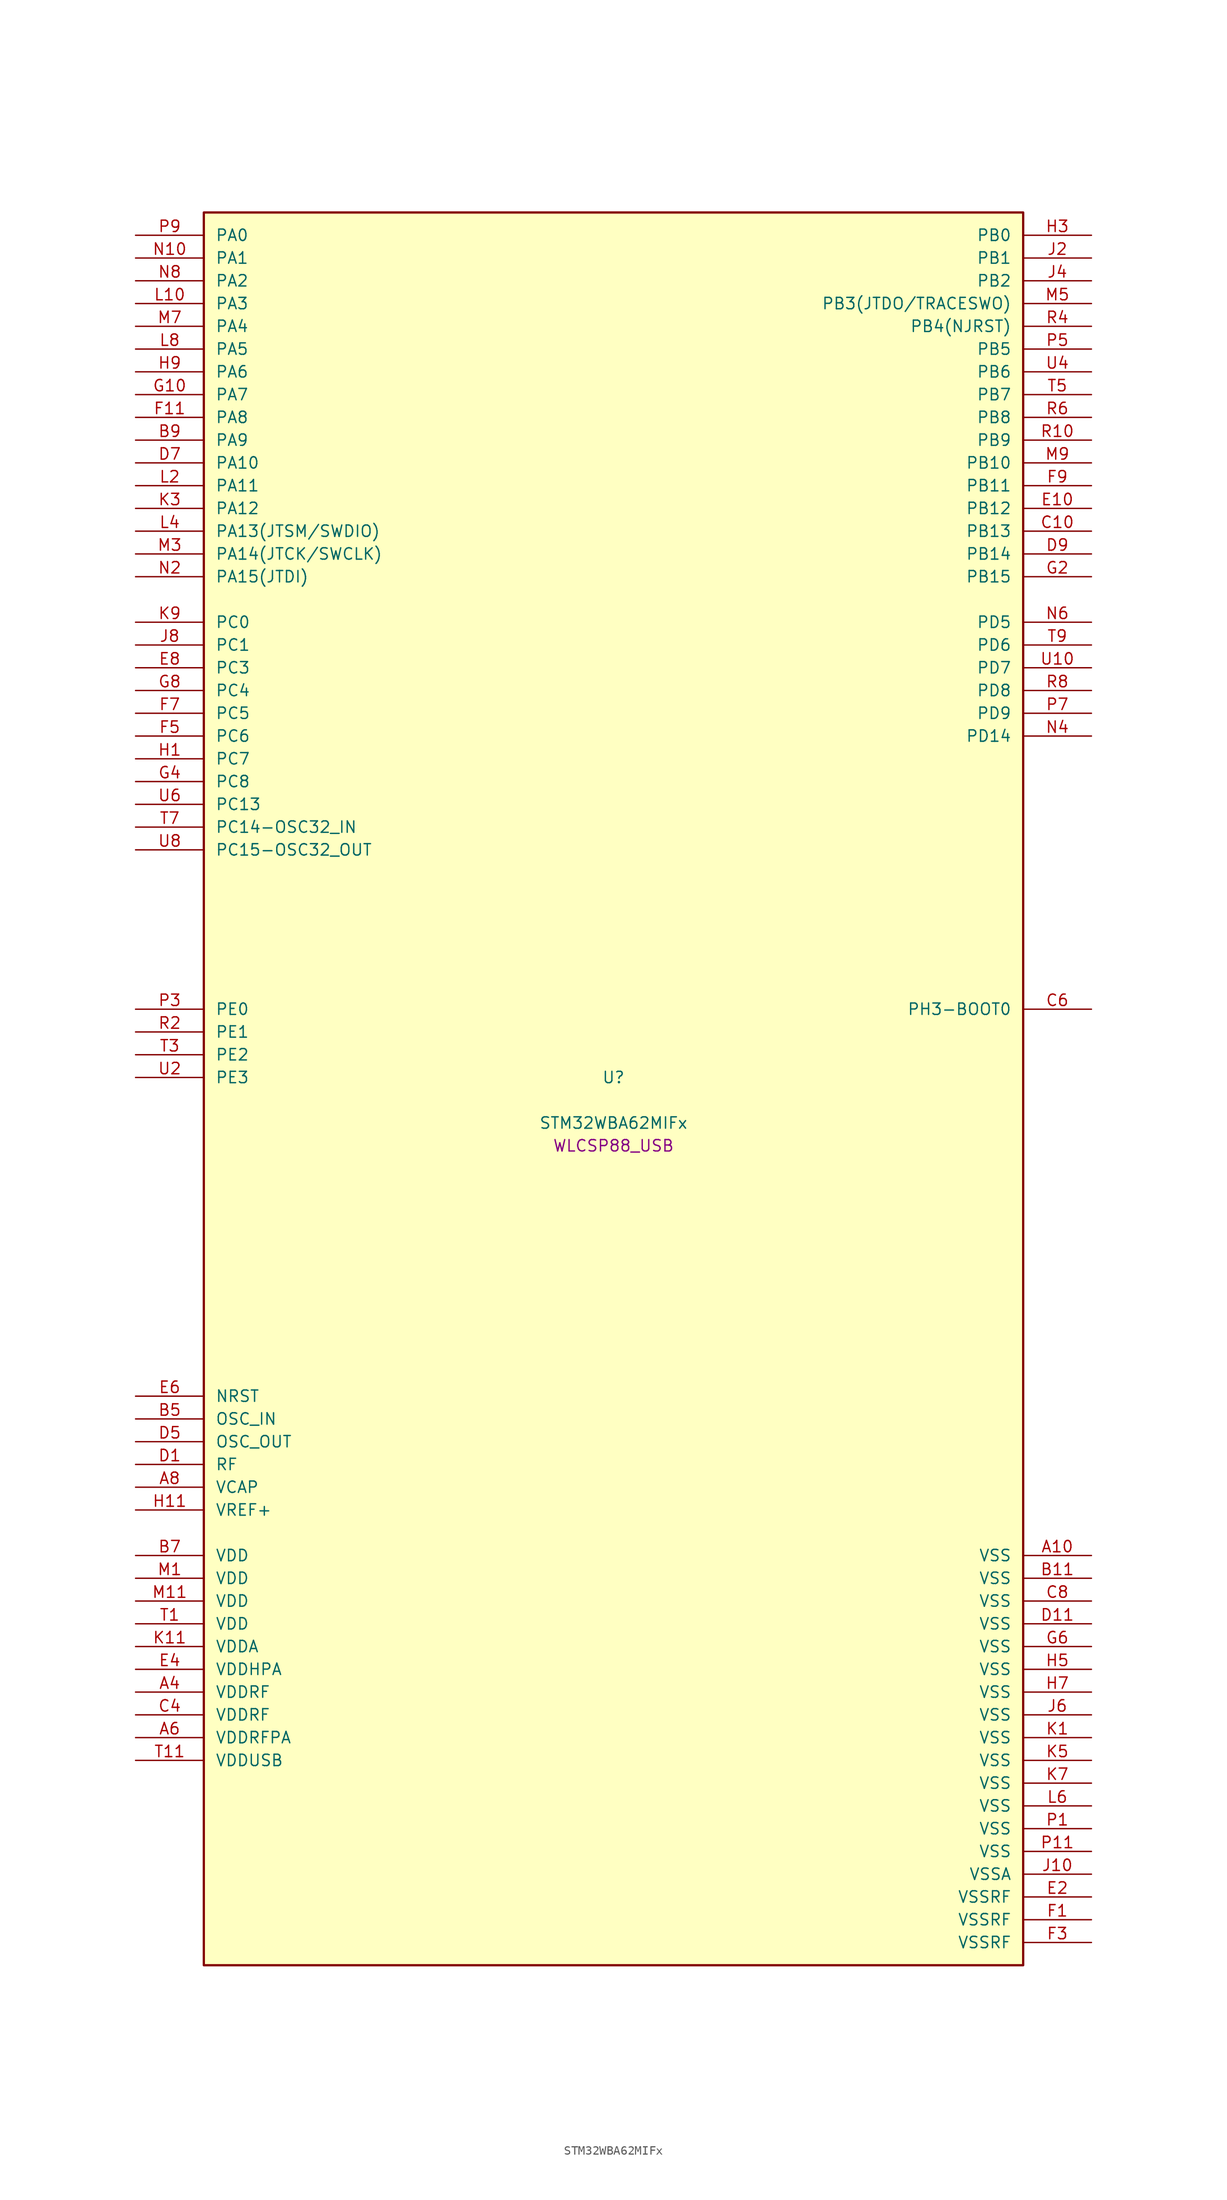
<source format=kicad_sym>
(kicad_symbol_lib
  (version 20241209)
  (generator "stm32_pkl_generator")
  (generator_version "1.0")
  (symbol "STM32WBA62MIFx"
    (pin_names
      (offset 1.27))
    (property "Reference" "U"
      (at 0 2.54 0))
    (property "Value" "STM32WBA62MIFx"
      (at 0 -2.54 0))
    (property "Footprint" "WLCSP88_USB"
      (at 0 -5.08 0))
    (symbol "STM32WBA62MIFx_1_1"
      (rectangle (start -45.72 99.06) (end 45.72 -96.52) (stroke (width 0.254) (type solid)) (fill (type background)))
      (pin bidirectional line (at -53.34 96.52 0) (length 7.62) (name "PA0") (number "P9") (alternate "PA0/ADC4_IN9" bidirectional line) (alternate "PA0/COMP2_INP" bidirectional line) (alternate "PA0/LPTIM1_IN1" bidirectional line) (alternate "PA0/LPUART1_CTS" bidirectional line) (alternate "PA0/PWR_WKUP1" bidirectional line) (alternate "PA0/SPI3_SCK" bidirectional line) (alternate "PA0/TIM1_CH2N" bidirectional line) (alternate "PA0/TIM3_CH3" bidirectional line) (alternate "PA0/TIM3_ETR" bidirectional line) (alternate "PA0/TSC_G2_IO2" bidirectional line))
      (pin bidirectional line (at -53.34 93.98 0) (length 7.62) (name "PA1") (number "N10") (alternate "PA1/ADC4_IN8" bidirectional line) (alternate "PA1/COMP1_INM" bidirectional line) (alternate "PA1/LPTIM2_CH2" bidirectional line) (alternate "PA1/LPUART1_RX" bidirectional line) (alternate "PA1/PWR_WKUP3" bidirectional line) (alternate "PA1/SAI1_CK1" bidirectional line) (alternate "PA1/SPI1_RDY" bidirectional line) (alternate "PA1/SPI3_MISO" bidirectional line) (alternate "PA1/TIM17_CH1" bidirectional line) (alternate "PA1/TIM1_CH1N" bidirectional line) (alternate "PA1/TIM3_CH2" bidirectional line) (alternate "PA1/TSC_G2_IO1" bidirectional line) (alternate "PA1/USART1_CK" bidirectional line))
      (pin bidirectional line (at -53.34 91.44 0) (length 7.62) (name "PA2") (number "N8") (alternate "PA2/ADC4_IN7" bidirectional line) (alternate "PA2/COMP1_INP" bidirectional line) (alternate "PA2/LPUART1_TX" bidirectional line) (alternate "PA2/PWR_WKUP4" bidirectional line) (alternate "PA2/RCC_LSCO" bidirectional line) (alternate "PA2/SAI1_D1" bidirectional line) (alternate "PA2/TIM16_CH1" bidirectional line) (alternate "PA2/TIM1_BKIN" bidirectional line) (alternate "PA2/TIM3_CH1" bidirectional line) (alternate "PA2/TSC_G4_IO4" bidirectional line) (alternate "PA2/USART1_DE" bidirectional line) (alternate "PA2/USART1_RTS" bidirectional line))
      (pin bidirectional line (at -53.34 88.9 0) (length 7.62) (name "PA3") (number "L10") (alternate "PA3/ADC4_IN6" bidirectional line) (alternate "PA3/PWR_WKUP5" bidirectional line) (alternate "PA3/TIM16_CH1N" bidirectional line) (alternate "PA3/TSC_G4_IO2" bidirectional line) (alternate "PA3/USART1_DE" bidirectional line) (alternate "PA3/USART1_RTS" bidirectional line))
      (pin bidirectional line (at -53.34 86.36 0) (length 7.62) (name "PA4") (number "M7") (alternate "PA4/ADC4_IN5" bidirectional line) (alternate "PA4/AUDIOCLK" bidirectional line) (alternate "PA4/PWR_WKUP2" bidirectional line) (alternate "PA4/TAMP_IN6" bidirectional line) (alternate "PA4/TAMP_OUT3" bidirectional line) (alternate "PA4/TIM16_CH1" bidirectional line) (alternate "PA4/TSC_G4_IO1" bidirectional line) (alternate "PA4/USART1_CTS" bidirectional line))
      (pin bidirectional line (at -53.34 83.82 0) (length 7.62) (name "PA5") (number "L8") (alternate "PA5/ADC4_IN4" bidirectional line) (alternate "PA5/AUDIOCLK" bidirectional line) (alternate "PA5/LPTIM2_ETR" bidirectional line) (alternate "PA5/PWR_CSLEEP" bidirectional line) (alternate "PA5/PWR_WKUP6" bidirectional line) (alternate "PA5/SAI1_D2" bidirectional line) (alternate "PA5/SPI3_NSS" bidirectional line) (alternate "PA5/TIM2_CH1" bidirectional line) (alternate "PA5/TIM2_ETR" bidirectional line) (alternate "PA5/TSC_G1_IO4" bidirectional line) (alternate "PA5/USART1_CK" bidirectional line) (alternate "PA5/USART3_RX" bidirectional line))
      (pin bidirectional line (at -53.34 81.28 0) (length 7.62) (name "PA6") (number "H9") (alternate "PA6/ADC4_IN3" bidirectional line) (alternate "PA6/I2C3_SCL" bidirectional line) (alternate "PA6/PWR_CSTOP" bidirectional line) (alternate "PA6/PWR_WKUP7" bidirectional line) (alternate "PA6/SAI1_CK2" bidirectional line) (alternate "PA6/SAI1_MCLK_A" bidirectional line) (alternate "PA6/SPI3_RDY" bidirectional line) (alternate "PA6/TIM2_CH4" bidirectional line) (alternate "PA6/TSC_G1_IO3" bidirectional line) (alternate "PA6/USART1_DE" bidirectional line) (alternate "PA6/USART1_RTS" bidirectional line) (alternate "PA6/USART3_CTS" bidirectional line))
      (pin bidirectional line (at -53.34 78.74 0) (length 7.62) (name "PA7") (number "G10") (alternate "PA7/ADC4_IN2" bidirectional line) (alternate "PA7/COMP1_OUT" bidirectional line) (alternate "PA7/I2C3_SDA" bidirectional line) (alternate "PA7/PWR_WKUP8" bidirectional line) (alternate "PA7/SAI1_SCK_A" bidirectional line) (alternate "PA7/SPI3_SCK" bidirectional line) (alternate "PA7/TAMP_IN1" bidirectional line) (alternate "PA7/TAMP_OUT2" bidirectional line) (alternate "PA7/TIM2_CH3" bidirectional line) (alternate "PA7/TSC_G1_IO2" bidirectional line) (alternate "PA7/USART1_CTS" bidirectional line) (alternate "PA7/USART3_TX" bidirectional line))
      (pin bidirectional line (at -53.34 76.2 0) (length 7.62) (name "PA8") (number "F11") (alternate "PA8/ADC4_IN1" bidirectional line) (alternate "PA8/LPTIM1_CH2" bidirectional line) (alternate "PA8/RCC_MCO" bidirectional line) (alternate "PA8/SAI1_FS_A" bidirectional line) (alternate "PA8/SPI3_RDY" bidirectional line) (alternate "PA8/TIM2_CH2" bidirectional line) (alternate "PA8/TSC_G1_IO1" bidirectional line) (alternate "PA8/USART1_RX" bidirectional line) (alternate "PA8/USB_OTG_HS_SOF" bidirectional line))
      (pin bidirectional line (at -53.34 73.66 0) (length 7.62) (name "PA9") (number "B9") (alternate "PA9/LPUART1_DE" bidirectional line) (alternate "PA9/LPUART1_RTS" bidirectional line) (alternate "PA9/SAI1_CK1" bidirectional line) (alternate "PA9/SPI2_MISO" bidirectional line) (alternate "PA9/SPI2_SCK" bidirectional line) (alternate "PA9/TIM3_CH2" bidirectional line))
      (pin bidirectional line (at -53.34 71.12 0) (length 7.62) (name "PA10") (number "D7") (alternate "PA10/LPUART1_RX" bidirectional line) (alternate "PA10/SAI1_D1" bidirectional line) (alternate "PA10/SPI2_NSS" bidirectional line) (alternate "PA10/TIM3_CH1" bidirectional line))
      (pin bidirectional line (at -53.34 68.58 0) (length 7.62) (name "PA11") (number "L2") (alternate "PA11/LPTIM2_CH1" bidirectional line) (alternate "PA11/RF_ANTSW1" bidirectional line) (alternate "PA11/TIM1_CH1" bidirectional line) (alternate "PA11/USART2_RX" bidirectional line))
      (pin bidirectional line (at -53.34 66.04 0) (length 7.62) (name "PA12") (number "K3") (alternate "PA12/COMP2_OUT" bidirectional line) (alternate "PA12/PTA_STATUS" bidirectional line) (alternate "PA12/PWR_WKUP6" bidirectional line) (alternate "PA12/RF_ANTSW0" bidirectional line) (alternate "PA12/SPI1_NSS" bidirectional line) (alternate "PA12/TIM1_CH2" bidirectional line) (alternate "PA12/TSC_G3_IO4" bidirectional line) (alternate "PA12/USART2_TX" bidirectional line))
      (pin bidirectional line (at -53.34 63.5 0) (length 7.62) (name "PA13(JTSM/SWDIO)") (number "L4") (alternate "PA13(JTSM/SWDIO)/DEBUG_JTMS-SWDIO" bidirectional line) (alternate "PA13(JTSM/SWDIO)/IR_OUT" bidirectional line) (alternate "PA13(JTSM/SWDIO)/PTA_PRIORITY" bidirectional line))
      (pin bidirectional line (at -53.34 60.96 0) (length 7.62) (name "PA14(JTCK/SWCLK)") (number "M3") (alternate "PA14(JTCK/SWCLK)/COMP2_OUT" bidirectional line) (alternate "PA14(JTCK/SWCLK)/DEBUG_JTCK-SWCLK" bidirectional line) (alternate "PA14(JTCK/SWCLK)/I2C4_SMBA" bidirectional line) (alternate "PA14(JTCK/SWCLK)/PTA_STATUS" bidirectional line) (alternate "PA14(JTCK/SWCLK)/TAMP_IN3" bidirectional line) (alternate "PA14(JTCK/SWCLK)/TAMP_OUT6" bidirectional line) (alternate "PA14(JTCK/SWCLK)/USART2_TX" bidirectional line) (alternate "PA14(JTCK/SWCLK)/USB_OTG_HS_SOF" bidirectional line))
      (pin bidirectional line (at -53.34 58.42 0) (length 7.62) (name "PA15(JTDI)") (number "N2") (alternate "PA15(JTDI)/ADC4_EXTI15" bidirectional line) (alternate "PA15(JTDI)/DEBUG_JTDI" bidirectional line) (alternate "PA15(JTDI)/I2C1_SCL" bidirectional line) (alternate "PA15(JTDI)/LPTIM1_CH2" bidirectional line) (alternate "PA15(JTDI)/PTA_STATUS" bidirectional line) (alternate "PA15(JTDI)/SPI1_MOSI" bidirectional line) (alternate "PA15(JTDI)/TIM17_BKIN" bidirectional line) (alternate "PA15(JTDI)/TIM1_ETR" bidirectional line) (alternate "PA15(JTDI)/TSC_G3_IO3" bidirectional line) (alternate "PA15(JTDI)/USART2_DE" bidirectional line) (alternate "PA15(JTDI)/USART2_RTS" bidirectional line) (alternate "PA15(JTDI)/USART3_DE" bidirectional line) (alternate "PA15(JTDI)/USART3_RTS" bidirectional line))
      (pin bidirectional line (at 53.34 96.52 180) (length 7.62) (name "PB0") (number "H3") (alternate "PB0/LPTIM2_IN2" bidirectional line) (alternate "PB0/SPI2_MOSI" bidirectional line) (alternate "PB0/TIM1_CH3N" bidirectional line) (alternate "PB0/USART2_TX" bidirectional line) (alternate "PB0/USART3_CK" bidirectional line))
      (pin bidirectional line (at 53.34 93.98 180) (length 7.62) (name "PB1") (number "J2") (alternate "PB1/I2C1_SDA" bidirectional line) (alternate "PB1/I2C3_SDA" bidirectional line) (alternate "PB1/PWR_WKUP4" bidirectional line) (alternate "PB1/TIM1_CH2N" bidirectional line) (alternate "PB1/USART2_DE" bidirectional line) (alternate "PB1/USART2_RTS" bidirectional line) (alternate "PB1/USART3_DE" bidirectional line) (alternate "PB1/USART3_RTS" bidirectional line))
      (pin bidirectional line (at 53.34 91.44 180) (length 7.62) (name "PB2") (number "J4") (alternate "PB2/I2C1_SCL" bidirectional line) (alternate "PB2/I2C3_SCL" bidirectional line) (alternate "PB2/PWR_WKUP1" bidirectional line) (alternate "PB2/RF_ANTSW2" bidirectional line) (alternate "PB2/RTC_OUT2" bidirectional line) (alternate "PB2/TIM1_CH1N" bidirectional line) (alternate "PB2/USART2_CTS" bidirectional line))
      (pin bidirectional line (at 53.34 88.9 180) (length 7.62) (name "PB3(JTDO/TRACESWO)") (number "M5") (alternate "PB3(JTDO/TRACESWO)/DEBUG_JTDO-SWO" bidirectional line) (alternate "PB3(JTDO/TRACESWO)/I2C1_SDA" bidirectional line) (alternate "PB3(JTDO/TRACESWO)/LPTIM1_IN2" bidirectional line) (alternate "PB3(JTDO/TRACESWO)/PTA_ACTIVE" bidirectional line) (alternate "PB3(JTDO/TRACESWO)/SPI1_MISO" bidirectional line) (alternate "PB3(JTDO/TRACESWO)/TIM17_CH1N" bidirectional line) (alternate "PB3(JTDO/TRACESWO)/TIM1_CH4" bidirectional line) (alternate "PB3(JTDO/TRACESWO)/TSC_G3_IO2" bidirectional line) (alternate "PB3(JTDO/TRACESWO)/USART2_CK" bidirectional line))
      (pin bidirectional line (at 53.34 86.36 180) (length 7.62) (name "PB4(NJRST)") (number "R4") (alternate "PB4(NJRST)/DEBUG_NJTRST" bidirectional line) (alternate "PB4(NJRST)/LPTIM2_IN2" bidirectional line) (alternate "PB4(NJRST)/PTA_ACTIVE" bidirectional line) (alternate "PB4(NJRST)/PTA_PRIORITY" bidirectional line) (alternate "PB4(NJRST)/SAI1_MCLK_B" bidirectional line) (alternate "PB4(NJRST)/SPI1_SCK" bidirectional line) (alternate "PB4(NJRST)/TIM17_CH1" bidirectional line) (alternate "PB4(NJRST)/TIM1_CH3" bidirectional line) (alternate "PB4(NJRST)/TSC_G3_IO1" bidirectional line) (alternate "PB4(NJRST)/USART2_RX" bidirectional line))
      (pin bidirectional line (at 53.34 83.82 180) (length 7.62) (name "PB5") (number "P5") (alternate "PB5/LPUART1_TX" bidirectional line) (alternate "PB5/SAI1_D2" bidirectional line) (alternate "PB5/SAI1_FS_B" bidirectional line) (alternate "PB5/TIM3_CH1" bidirectional line) (alternate "PB5/TSC_G5_IO4" bidirectional line))
      (pin bidirectional line (at 53.34 81.28 180) (length 7.62) (name "PB6") (number "U4") (alternate "PB6/PWR_WKUP3" bidirectional line) (alternate "PB6/SAI1_SCK_B" bidirectional line) (alternate "PB6/TIM2_CH1" bidirectional line) (alternate "PB6/TIM2_ETR" bidirectional line) (alternate "PB6/TIM4_CH1" bidirectional line) (alternate "PB6/TSC_G5_IO3" bidirectional line))
      (pin bidirectional line (at 53.34 78.74 180) (length 7.62) (name "PB7") (number "T5") (alternate "PB7/PWR_WKUP5" bidirectional line) (alternate "PB7/SAI1_SD_B" bidirectional line) (alternate "PB7/TAMP_IN5" bidirectional line) (alternate "PB7/TAMP_OUT4" bidirectional line) (alternate "PB7/TIM1_CH4N" bidirectional line) (alternate "PB7/TIM4_CH2" bidirectional line) (alternate "PB7/TSC_G5_IO2" bidirectional line))
      (pin bidirectional line (at 53.34 76.2 180) (length 7.62) (name "PB8") (number "R6") (alternate "PB8/COMP1_OUT" bidirectional line) (alternate "PB8/LPTIM1_ETR" bidirectional line) (alternate "PB8/PWR_PVD_IN" bidirectional line) (alternate "PB8/SPI3_MOSI" bidirectional line) (alternate "PB8/TIM16_CH1N" bidirectional line) (alternate "PB8/TIM1_CH1" bidirectional line) (alternate "PB8/TIM3_ETR" bidirectional line) (alternate "PB8/TIM4_CH3" bidirectional line) (alternate "PB8/TSC_G2_IO4" bidirectional line) (alternate "PB8/USART2_RX" bidirectional line))
      (pin bidirectional line (at 53.34 73.66 180) (length 7.62) (name "PB9") (number "R10") (alternate "PB9/ADC4_IN10" bidirectional line) (alternate "PB9/COMP2_INM" bidirectional line) (alternate "PB9/IR_OUT" bidirectional line) (alternate "PB9/LPTIM2_IN1" bidirectional line) (alternate "PB9/LPUART1_DE" bidirectional line) (alternate "PB9/LPUART1_RTS" bidirectional line) (alternate "PB9/PWR_WKUP8" bidirectional line) (alternate "PB9/SPI2_NSS" bidirectional line) (alternate "PB9/SPI3_MISO" bidirectional line) (alternate "PB9/TIM16_CH1" bidirectional line) (alternate "PB9/TIM1_CH3N" bidirectional line) (alternate "PB9/TIM3_CH4" bidirectional line) (alternate "PB9/TIM4_CH4" bidirectional line) (alternate "PB9/TSC_G2_IO3" bidirectional line))
      (pin bidirectional line (at 53.34 71.12 180) (length 7.62) (name "PB10") (number "M9") (alternate "PB10/I2C2_SCL" bidirectional line) (alternate "PB10/I2C4_SCL" bidirectional line) (alternate "PB10/SPI2_SCK" bidirectional line) (alternate "PB10/TIM16_BKIN" bidirectional line) (alternate "PB10/TSC_G4_IO3" bidirectional line) (alternate "PB10/USART1_CK" bidirectional line) (alternate "PB10/USART3_TX" bidirectional line))
      (pin bidirectional line (at 53.34 68.58 180) (length 7.62) (name "PB11") (number "F9") (alternate "PB11/I2C2_SDA" bidirectional line) (alternate "PB11/I2C4_SDA" bidirectional line) (alternate "PB11/LPTIM1_CH1" bidirectional line) (alternate "PB11/LPTIM1_ETR" bidirectional line) (alternate "PB11/LPUART1_TX" bidirectional line) (alternate "PB11/SPI2_RDY" bidirectional line) (alternate "PB11/USART3_RX" bidirectional line))
      (pin bidirectional line (at 53.34 66.04 180) (length 7.62) (name "PB12") (number "E10") (alternate "PB12/I2C2_SMBA" bidirectional line) (alternate "PB12/SAI1_SD_A" bidirectional line) (alternate "PB12/SPI1_RDY" bidirectional line) (alternate "PB12/SPI2_NSS" bidirectional line) (alternate "PB12/TIM2_CH1" bidirectional line) (alternate "PB12/TIM2_ETR" bidirectional line) (alternate "PB12/TIM3_ETR" bidirectional line) (alternate "PB12/TSC_SYNC" bidirectional line) (alternate "PB12/USART1_TX" bidirectional line) (alternate "PB12/USART3_CK" bidirectional line))
      (pin bidirectional line (at 53.34 63.5 180) (length 7.62) (name "PB13") (number "C10") (alternate "PB13/I2C2_SCL" bidirectional line) (alternate "PB13/SPI2_SCK" bidirectional line) (alternate "PB13/TIM3_CH4" bidirectional line) (alternate "PB13/TSC_G6_IO2" bidirectional line) (alternate "PB13/USART3_CTS" bidirectional line))
      (pin bidirectional line (at 53.34 60.96 180) (length 7.62) (name "PB14") (number "D9") (alternate "PB14/I2C2_SDA" bidirectional line) (alternate "PB14/PWR_WKUP7" bidirectional line) (alternate "PB14/RTC_REFIN" bidirectional line) (alternate "PB14/SAI1_SD_A" bidirectional line) (alternate "PB14/SPI2_MISO" bidirectional line) (alternate "PB14/TIM3_CH3" bidirectional line) (alternate "PB14/TSC_G6_IO1" bidirectional line) (alternate "PB14/USART1_TX" bidirectional line) (alternate "PB14/USART3_DE" bidirectional line) (alternate "PB14/USART3_RTS" bidirectional line))
      (pin bidirectional line (at 53.34 58.42 180) (length 7.62) (name "PB15") (number "G2") (alternate "PB15/ADC4_EXTI15" bidirectional line) (alternate "PB15/I2C1_SMBA" bidirectional line) (alternate "PB15/I2C3_SMBA" bidirectional line) (alternate "PB15/LPUART1_CTS" bidirectional line) (alternate "PB15/PTA_GRANT" bidirectional line) (alternate "PB15/RF_EXTPABYP" bidirectional line) (alternate "PB15/TIM16_BKIN" bidirectional line) (alternate "PB15/TIM1_BKIN2" bidirectional line) (alternate "PB15/USART2_CTS" bidirectional line))
      (pin bidirectional line (at -53.34 53.34 0) (length 7.62) (name "PC0") (number "K9") (alternate "PC0/I2C3_SCL" bidirectional line) (alternate "PC0/LPTIM1_IN1" bidirectional line) (alternate "PC0/LPTIM2_IN1" bidirectional line) (alternate "PC0/LPUART1_RX" bidirectional line) (alternate "PC0/SPI2_RDY" bidirectional line))
      (pin bidirectional line (at -53.34 50.8 0) (length 7.62) (name "PC1") (number "J8") (alternate "PC1/I2C3_SDA" bidirectional line) (alternate "PC1/LPTIM1_CH1" bidirectional line) (alternate "PC1/LPUART1_TX" bidirectional line) (alternate "PC1/SAI1_SD_A" bidirectional line) (alternate "PC1/SPI2_MOSI" bidirectional line))
      (pin bidirectional line (at -53.34 48.26 0) (length 7.62) (name "PC3") (number "E8") (alternate "PC3/LPTIM1_ETR" bidirectional line) (alternate "PC3/LPTIM2_ETR" bidirectional line) (alternate "PC3/SAI1_D1" bidirectional line) (alternate "PC3/SAI1_SD_A" bidirectional line) (alternate "PC3/SPI2_MOSI" bidirectional line) (alternate "PC3/SPI3_MOSI" bidirectional line) (alternate "PC3/TIM3_CH1" bidirectional line))
      (pin bidirectional line (at -53.34 45.72 0) (length 7.62) (name "PC4") (number "G8") (alternate "PC4/LPTIM2_CH2" bidirectional line) (alternate "PC4/SAI1_D2" bidirectional line) (alternate "PC4/SAI1_FS_A" bidirectional line) (alternate "PC4/SPI3_MISO" bidirectional line) (alternate "PC4/TIM3_CH2" bidirectional line) (alternate "PC4/USART3_TX" bidirectional line))
      (pin bidirectional line (at -53.34 43.18 0) (length 7.62) (name "PC5") (number "F7") (alternate "PC5/SAI1_D3" bidirectional line) (alternate "PC5/SAI1_SD_B" bidirectional line) (alternate "PC5/TIM1_CH4N" bidirectional line) (alternate "PC5/USART3_RX" bidirectional line))
      (pin bidirectional line (at -53.34 40.64 0) (length 7.62) (name "PC6") (number "F5") (alternate "PC6/PWR_CSLEEP" bidirectional line) (alternate "PC6/TIM3_CH1" bidirectional line))
      (pin bidirectional line (at -53.34 38.1 0) (length 7.62) (name "PC7") (number "H1") (alternate "PC7/LPTIM2_CH2" bidirectional line) (alternate "PC7/PWR_CSTOP" bidirectional line) (alternate "PC7/TIM3_CH2" bidirectional line) (alternate "PC7/USART2_DE" bidirectional line) (alternate "PC7/USART2_RTS" bidirectional line))
      (pin bidirectional line (at -53.34 35.56 0) (length 7.62) (name "PC8") (number "G4") (alternate "PC8/TIM3_CH3" bidirectional line) (alternate "PC8/USART2_RX" bidirectional line))
      (pin bidirectional line (at -53.34 33.02 0) (length 7.62) (name "PC13") (number "U6") (alternate "PC13/PWR_WKUP2" bidirectional line) (alternate "PC13/RTC_OUT1" bidirectional line) (alternate "PC13/RTC_TS" bidirectional line) (alternate "PC13/TAMP_IN4" bidirectional line) (alternate "PC13/TAMP_OUT5" bidirectional line) (alternate "PC13/TIM1_BKIN2" bidirectional line) (alternate "PC13/TSC_G5_IO1" bidirectional line))
      (pin bidirectional line (at -53.34 30.48 0) (length 7.62) (name "PC14-OSC32_IN") (number "T7") (alternate "PC14-OSC32_IN/RCC_OSC32_IN" bidirectional line))
      (pin bidirectional line (at -53.34 27.94 0) (length 7.62) (name "PC15-OSC32_OUT") (number "U8") (alternate "PC15-OSC32_OUT/ADC4_EXTI15" bidirectional line) (alternate "PC15-OSC32_OUT/RCC_OSC32_OUT" bidirectional line))
      (pin bidirectional line (at 53.34 53.34 180) (length 7.62) (name "PD5") (number "N6") (alternate "PD5/SAI1_D1" bidirectional line) (alternate "PD5/SAI1_SD_A" bidirectional line) (alternate "PD5/SPI3_MOSI" bidirectional line) (alternate "PD5/USART2_RX" bidirectional line))
      (pin bidirectional line (at 53.34 50.8 180) (length 7.62) (name "PD6") (number "T9") (alternate "PD6/USB_OTG_HS_DP" bidirectional line))
      (pin bidirectional line (at 53.34 48.26 180) (length 7.62) (name "PD7") (number "U10") (alternate "PD7/USB_OTG_HS_DM" bidirectional line))
      (pin bidirectional line (at 53.34 45.72 180) (length 7.62) (name "PD8") (number "R8") (alternate "PD8/USART2_CK" bidirectional line) (alternate "PD8/USB_OTG_HS_ID" bidirectional line))
      (pin bidirectional line (at 53.34 43.18 180) (length 7.62) (name "PD9") (number "P7") (alternate "PD9/USART2_TX" bidirectional line) (alternate "PD9/USART3_TX" bidirectional line) (alternate "PD9/USB_OTG_HS_VBUS" bidirectional line))
      (pin bidirectional line (at 53.34 40.64 180) (length 7.62) (name "PD14") (number "N4") (alternate "PD14/DEBUG_TRACED3" bidirectional line) (alternate "PD14/TIM4_CH3" bidirectional line))
      (pin bidirectional line (at -53.34 10.16 0) (length 7.62) (name "PE0") (number "P3") (alternate "PE0/DEBUG_TRACECLK" bidirectional line) (alternate "PE0/TIM16_CH1" bidirectional line) (alternate "PE0/TIM4_ETR" bidirectional line) (alternate "PE0/TSC_G7_IO4" bidirectional line))
      (pin bidirectional line (at -53.34 7.62 0) (length 7.62) (name "PE1") (number "R2") (alternate "PE1/DEBUG_TRACED0" bidirectional line) (alternate "PE1/TIM17_CH1" bidirectional line) (alternate "PE1/TSC_G7_IO3" bidirectional line))
      (pin bidirectional line (at -53.34 5.08 0) (length 7.62) (name "PE2") (number "T3") (alternate "PE2/DEBUG_TRACED1" bidirectional line) (alternate "PE2/SAI1_CK1" bidirectional line) (alternate "PE2/SAI1_MCLK_A" bidirectional line) (alternate "PE2/TIM3_ETR" bidirectional line) (alternate "PE2/TSC_G7_IO2" bidirectional line))
      (pin bidirectional line (at -53.34 2.54 0) (length 7.62) (name "PE3") (number "U2") (alternate "PE3/DEBUG_TRACED2" bidirectional line) (alternate "PE3/SAI1_SD_B" bidirectional line) (alternate "PE3/TIM3_CH1" bidirectional line) (alternate "PE3/TSC_G7_IO1" bidirectional line))
      (pin bidirectional line (at 53.34 10.16 180) (length 7.62) (name "PH3-BOOT0") (number "C6") (alternate "PH3-BOOT0/PTA_GRANT" bidirectional line) (alternate "PH3-BOOT0/RF_EXTPABYP" bidirectional line) (alternate "PH3-BOOT0/TAMP_IN2" bidirectional line) (alternate "PH3-BOOT0/TAMP_OUT1" bidirectional line))
      (pin input line (at -53.34 -33.02 0) (length 7.62) (name "NRST") (number "E6"))
      (pin bidirectional line (at -53.34 -35.56 0) (length 7.62) (name "OSC_IN") (number "B5") (alternate "OSC_IN/RCC_OSC_IN" bidirectional line))
      (pin bidirectional line (at -53.34 -38.1 0) (length 7.62) (name "OSC_OUT") (number "D5") (alternate "OSC_OUT/RCC_OSC_OUT" bidirectional line))
      (pin bidirectional line (at -53.34 -40.64 0) (length 7.62) (name "RF") (number "D1"))
      (pin power_in line (at -53.34 -43.18 0) (length 7.62) (name "VCAP") (number "A8"))
      (pin bidirectional line (at -53.34 -45.72 0) (length 7.62) (name "VREF+") (number "H11"))
      (pin power_in line (at -53.34 -50.8 0) (length 7.62) (name "VDD") (number "B7"))
      (pin power_in line (at -53.34 -53.34 0) (length 7.62) (name "VDD") (number "M1"))
      (pin power_in line (at -53.34 -55.88 0) (length 7.62) (name "VDD") (number "M11"))
      (pin power_in line (at -53.34 -58.42 0) (length 7.62) (name "VDD") (number "T1"))
      (pin power_in line (at -53.34 -60.96 0) (length 7.62) (name "VDDA") (number "K11"))
      (pin power_in line (at -53.34 -63.5 0) (length 7.62) (name "VDDHPA") (number "E4"))
      (pin power_in line (at -53.34 -66.04 0) (length 7.62) (name "VDDRF") (number "A4"))
      (pin power_in line (at -53.34 -68.58 0) (length 7.62) (name "VDDRF") (number "C4"))
      (pin power_in line (at -53.34 -71.12 0) (length 7.62) (name "VDDRFPA") (number "A6"))
      (pin power_in line (at -53.34 -73.66 0) (length 7.62) (name "VDDUSB") (number "T11"))
      (pin power_in line (at 53.34 -50.8 180) (length 7.62) (name "VSS") (number "A10"))
      (pin power_in line (at 53.34 -53.34 180) (length 7.62) (name "VSS") (number "B11"))
      (pin power_in line (at 53.34 -55.88 180) (length 7.62) (name "VSS") (number "C8"))
      (pin power_in line (at 53.34 -58.42 180) (length 7.62) (name "VSS") (number "D11"))
      (pin power_in line (at 53.34 -60.96 180) (length 7.62) (name "VSS") (number "G6"))
      (pin power_in line (at 53.34 -63.5 180) (length 7.62) (name "VSS") (number "H5"))
      (pin power_in line (at 53.34 -66.04 180) (length 7.62) (name "VSS") (number "H7"))
      (pin power_in line (at 53.34 -68.58 180) (length 7.62) (name "VSS") (number "J6"))
      (pin power_in line (at 53.34 -71.12 180) (length 7.62) (name "VSS") (number "K1"))
      (pin power_in line (at 53.34 -73.66 180) (length 7.62) (name "VSS") (number "K5"))
      (pin power_in line (at 53.34 -76.2 180) (length 7.62) (name "VSS") (number "K7"))
      (pin power_in line (at 53.34 -78.74 180) (length 7.62) (name "VSS") (number "L6"))
      (pin power_in line (at 53.34 -81.28 180) (length 7.62) (name "VSS") (number "P1"))
      (pin power_in line (at 53.34 -83.82 180) (length 7.62) (name "VSS") (number "P11"))
      (pin power_in line (at 53.34 -86.36 180) (length 7.62) (name "VSSA") (number "J10"))
      (pin power_in line (at 53.34 -88.9 180) (length 7.62) (name "VSSRF") (number "E2"))
      (pin power_in line (at 53.34 -91.44 180) (length 7.62) (name "VSSRF") (number "F1"))
      (pin power_in line (at 53.34 -93.98 180) (length 7.62) (name "VSSRF") (number "F3")))))
</source>
